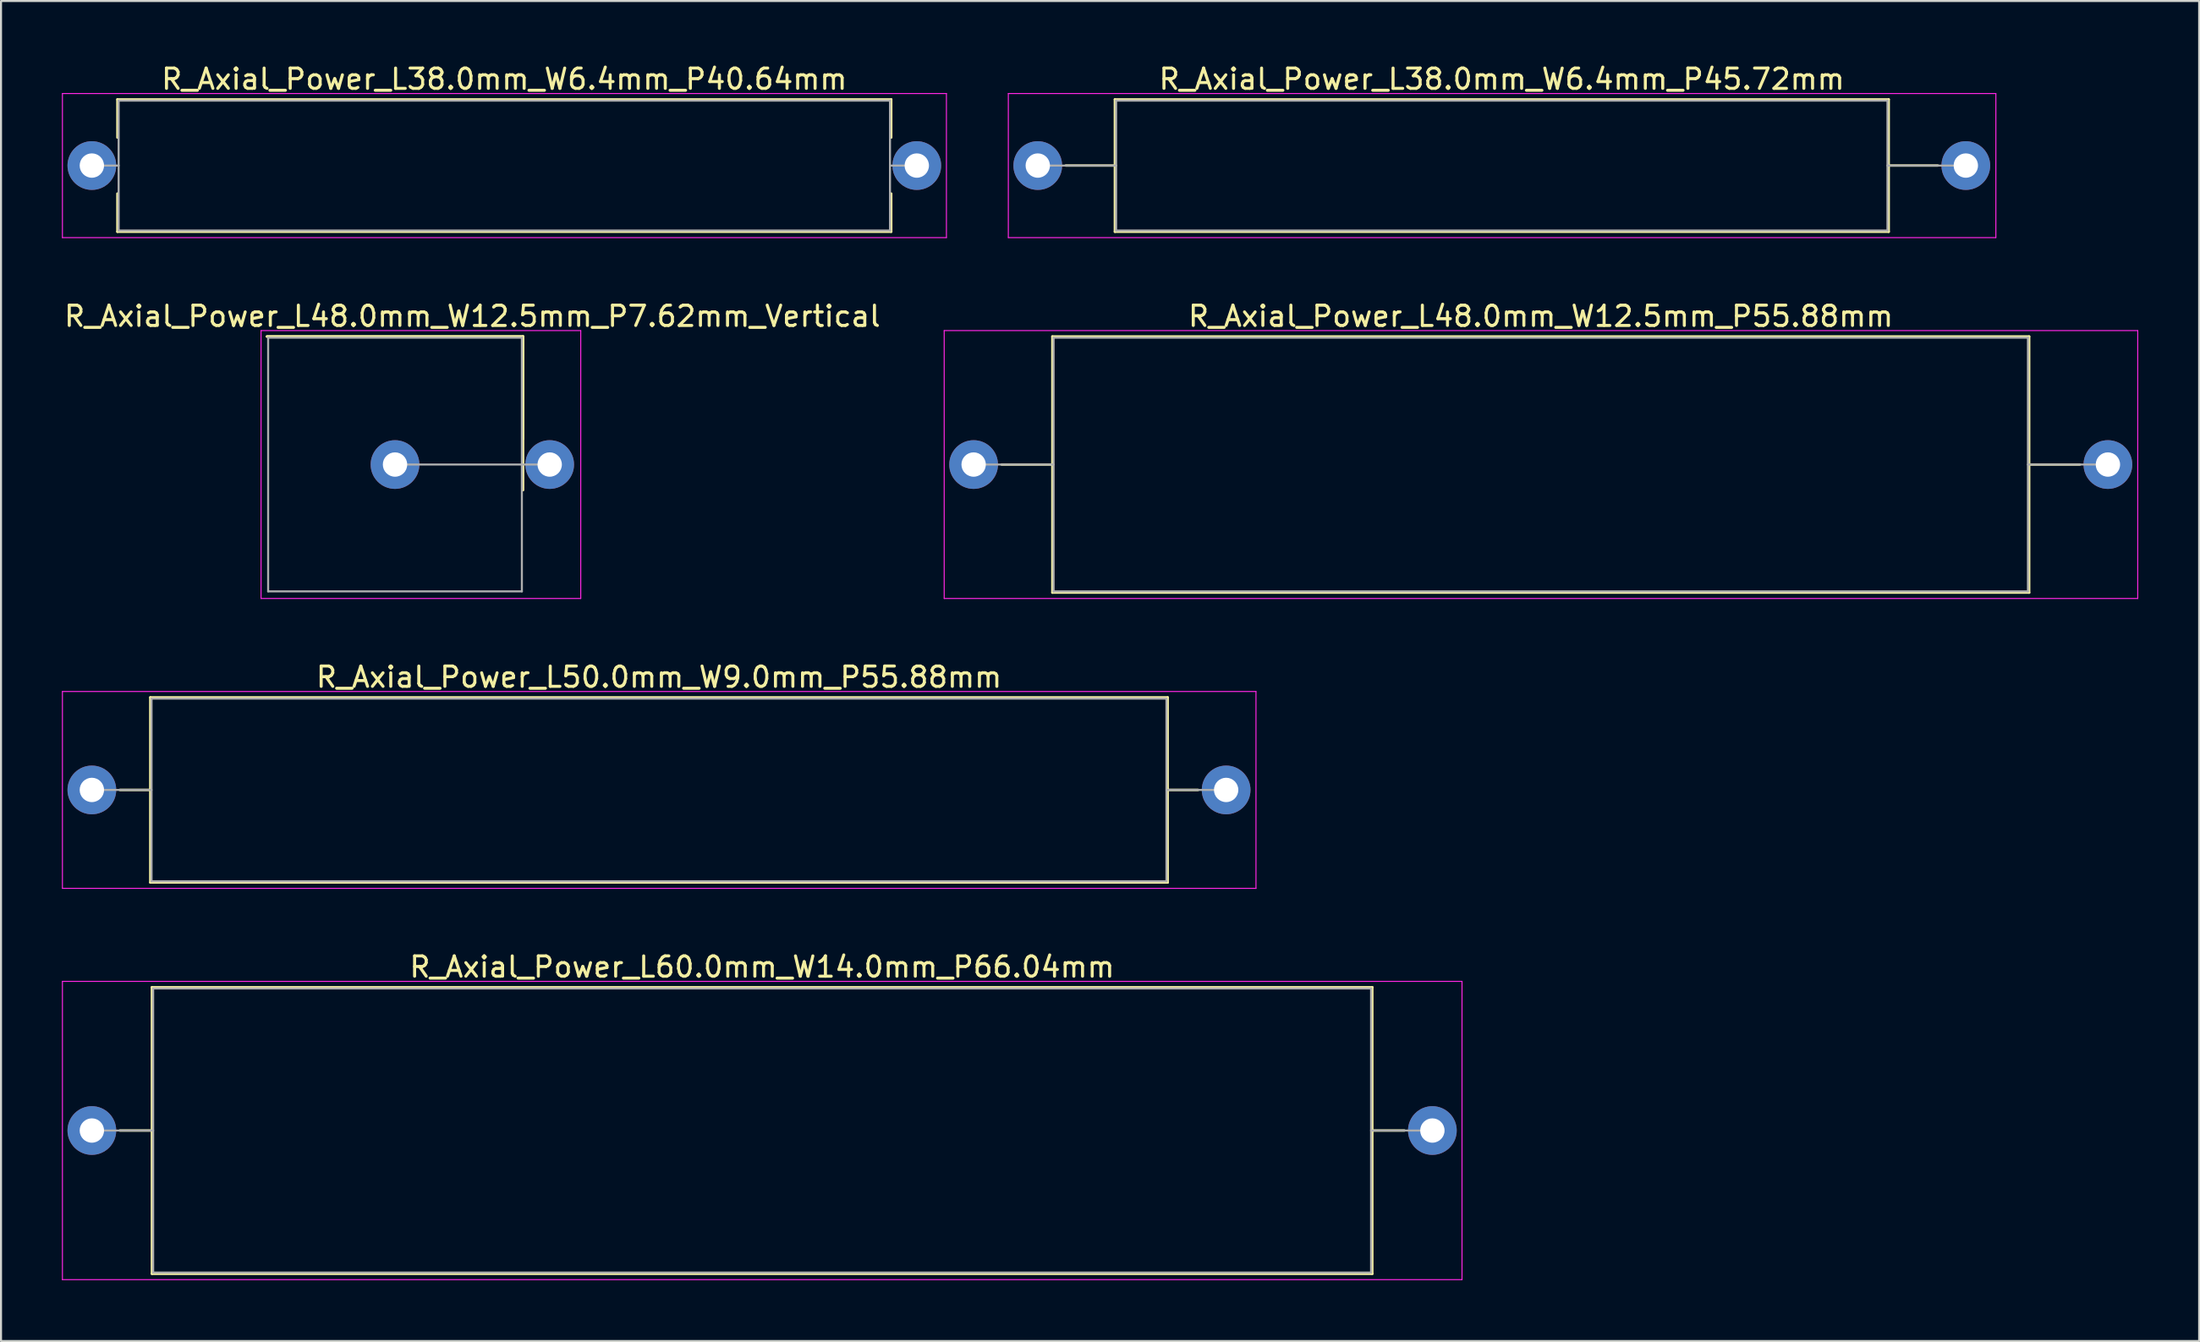
<source format=kicad_pcb>
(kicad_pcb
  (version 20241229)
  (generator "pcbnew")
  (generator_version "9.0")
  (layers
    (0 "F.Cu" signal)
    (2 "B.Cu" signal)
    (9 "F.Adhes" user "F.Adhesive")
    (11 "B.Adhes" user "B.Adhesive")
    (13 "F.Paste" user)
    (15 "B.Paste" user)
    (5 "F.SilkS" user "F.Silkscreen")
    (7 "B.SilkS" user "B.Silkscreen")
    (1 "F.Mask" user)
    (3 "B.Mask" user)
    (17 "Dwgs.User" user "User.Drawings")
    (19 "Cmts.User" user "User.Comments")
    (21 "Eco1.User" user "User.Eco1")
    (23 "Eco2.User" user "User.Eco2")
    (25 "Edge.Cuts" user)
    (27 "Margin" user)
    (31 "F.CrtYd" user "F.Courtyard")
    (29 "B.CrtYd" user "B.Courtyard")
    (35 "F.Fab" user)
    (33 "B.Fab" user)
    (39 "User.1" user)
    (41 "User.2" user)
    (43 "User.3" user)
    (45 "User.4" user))
  (footprint "R_Axial_Power_L48.0mm_W12.5mm_P7.62mm_Vertical"
    (layer "F.Cu")
    (at 16.41 19.841)
    (property "Reference" "R_Axial_Power_L48.0mm_W12.5mm_P7.62mm_Vertical" (at 3.81 -7.31 0) (layer "F.SilkS") (effects (font (size 1 1) (thickness 0.15))))
    (attr through_hole)
    (fp_line (start -6.31 -6.31) (end 6.31 -6.31) (stroke (width 0.12) (type solid)) (layer "F.SilkS"))
    (fp_line (start 6.31 -6.31) (end -6.31 -6.31) (stroke (width 0.12) (type solid)) (layer "F.SilkS"))
    (fp_line (start 6.31 -6.31) (end 6.31 1.26) (stroke (width 0.12) (type solid)) (layer "F.SilkS"))
    (fp_line (start 6.31 -1.26) (end 6.31 -6.31) (stroke (width 0.12) (type solid)) (layer "F.SilkS"))
    (fp_line (start -6.6 -6.6) (end -6.6 6.6) (stroke (width 0.05) (type solid)) (layer "F.CrtYd"))
    (fp_line (start -6.6 6.6) (end 9.15 6.6) (stroke (width 0.05) (type solid)) (layer "F.CrtYd"))
    (fp_line (start 9.15 -6.6) (end -6.6 -6.6) (stroke (width 0.05) (type solid)) (layer "F.CrtYd"))
    (fp_line (start 9.15 6.6) (end 9.15 -6.6) (stroke (width 0.05) (type solid)) (layer "F.CrtYd"))
    (fp_line (start -6.25 -6.25) (end -6.25 6.25) (stroke (width 0.1) (type solid)) (layer "F.Fab"))
    (fp_line (start -6.25 6.25) (end 6.25 6.25) (stroke (width 0.1) (type solid)) (layer "F.Fab"))
    (fp_line (start 0 0) (end 7.62 0) (stroke (width 0.1) (type solid)) (layer "F.Fab"))
    (fp_line (start 6.25 -6.25) (end -6.25 -6.25) (stroke (width 0.1) (type solid)) (layer "F.Fab"))
    (fp_line (start 6.25 6.25) (end 6.25 -6.25) (stroke (width 0.1) (type solid)) (layer "F.Fab"))
    (pad "1" thru_hole circle (at 0 0) (size 2.4 2.4) (drill 1.2) (layers "*.Cu" "*.Mask"))
    (pad "2" thru_hole oval (at 7.62 0) (size 2.4 2.4) (drill 1.2) (layers "*.Cu" "*.Mask")))
  (footprint "R_Axial_Power_L38.0mm_W6.4mm_P45.72mm"
    (layer "F.Cu")
    (at 48.075 5.108)
    (property "Reference" "R_Axial_Power_L38.0mm_W6.4mm_P45.72mm" (at 22.86 -4.26 0) (layer "F.SilkS") (effects (font (size 1 1) (thickness 0.15))))
    (attr through_hole)
    (fp_line (start 1.38 0) (end 3.8 0) (stroke (width 0.12) (type solid)) (layer "F.SilkS"))
    (fp_line (start 3.8 -3.26) (end 3.8 3.26) (stroke (width 0.12) (type solid)) (layer "F.SilkS"))
    (fp_line (start 3.8 3.26) (end 41.92 3.26) (stroke (width 0.12) (type solid)) (layer "F.SilkS"))
    (fp_line (start 41.92 -3.26) (end 3.8 -3.26) (stroke (width 0.12) (type solid)) (layer "F.SilkS"))
    (fp_line (start 41.92 3.26) (end 41.92 -3.26) (stroke (width 0.12) (type solid)) (layer "F.SilkS"))
    (fp_line (start 44.34 0) (end 41.92 0) (stroke (width 0.12) (type solid)) (layer "F.SilkS"))
    (fp_line (start -1.45 -3.55) (end -1.45 3.55) (stroke (width 0.05) (type solid)) (layer "F.CrtYd"))
    (fp_line (start -1.45 3.55) (end 47.2 3.55) (stroke (width 0.05) (type solid)) (layer "F.CrtYd"))
    (fp_line (start 47.2 -3.55) (end -1.45 -3.55) (stroke (width 0.05) (type solid)) (layer "F.CrtYd"))
    (fp_line (start 47.2 3.55) (end 47.2 -3.55) (stroke (width 0.05) (type solid)) (layer "F.CrtYd"))
    (fp_line (start 0 0) (end 3.86 0) (stroke (width 0.1) (type solid)) (layer "F.Fab"))
    (fp_line (start 3.86 -3.2) (end 3.86 3.2) (stroke (width 0.1) (type solid)) (layer "F.Fab"))
    (fp_line (start 3.86 3.2) (end 41.86 3.2) (stroke (width 0.1) (type solid)) (layer "F.Fab"))
    (fp_line (start 41.86 -3.2) (end 3.86 -3.2) (stroke (width 0.1) (type solid)) (layer "F.Fab"))
    (fp_line (start 41.86 3.2) (end 41.86 -3.2) (stroke (width 0.1) (type solid)) (layer "F.Fab"))
    (fp_line (start 45.72 0) (end 41.86 0) (stroke (width 0.1) (type solid)) (layer "F.Fab"))
    (pad "1" thru_hole circle (at 0 0) (size 2.4 2.4) (drill 1.2) (layers "*.Cu" "*.Mask"))
    (pad "2" thru_hole oval (at 45.72 0) (size 2.4 2.4) (drill 1.2) (layers "*.Cu" "*.Mask")))
  (footprint "R_Axial_Power_L60.0mm_W14.0mm_P66.04mm"
    (layer "F.Cu")
    (at 1.475 52.658)
    (property "Reference" "R_Axial_Power_L60.0mm_W14.0mm_P66.04mm" (at 33.02 -8.06 0) (layer "F.SilkS") (effects (font (size 1 1) (thickness 0.15))))
    (attr through_hole)
    (fp_line (start 1.38 0) (end 2.96 0) (stroke (width 0.12) (type solid)) (layer "F.SilkS"))
    (fp_line (start 2.96 -7.06) (end 2.96 7.06) (stroke (width 0.12) (type solid)) (layer "F.SilkS"))
    (fp_line (start 2.96 7.06) (end 63.08 7.06) (stroke (width 0.12) (type solid)) (layer "F.SilkS"))
    (fp_line (start 63.08 -7.06) (end 2.96 -7.06) (stroke (width 0.12) (type solid)) (layer "F.SilkS"))
    (fp_line (start 63.08 7.06) (end 63.08 -7.06) (stroke (width 0.12) (type solid)) (layer "F.SilkS"))
    (fp_line (start 64.66 0) (end 63.08 0) (stroke (width 0.12) (type solid)) (layer "F.SilkS"))
    (fp_line (start -1.45 -7.35) (end -1.45 7.35) (stroke (width 0.05) (type solid)) (layer "F.CrtYd"))
    (fp_line (start -1.45 7.35) (end 67.5 7.35) (stroke (width 0.05) (type solid)) (layer "F.CrtYd"))
    (fp_line (start 67.5 -7.35) (end -1.45 -7.35) (stroke (width 0.05) (type solid)) (layer "F.CrtYd"))
    (fp_line (start 67.5 7.35) (end 67.5 -7.35) (stroke (width 0.05) (type solid)) (layer "F.CrtYd"))
    (fp_line (start 0 0) (end 3.02 0) (stroke (width 0.1) (type solid)) (layer "F.Fab"))
    (fp_line (start 3.02 -7) (end 3.02 7) (stroke (width 0.1) (type solid)) (layer "F.Fab"))
    (fp_line (start 3.02 7) (end 63.02 7) (stroke (width 0.1) (type solid)) (layer "F.Fab"))
    (fp_line (start 63.02 -7) (end 3.02 -7) (stroke (width 0.1) (type solid)) (layer "F.Fab"))
    (fp_line (start 63.02 7) (end 63.02 -7) (stroke (width 0.1) (type solid)) (layer "F.Fab"))
    (fp_line (start 66.04 0) (end 63.02 0) (stroke (width 0.1) (type solid)) (layer "F.Fab"))
    (pad "1" thru_hole circle (at 0 0) (size 2.4 2.4) (drill 1.2) (layers "*.Cu" "*.Mask"))
    (pad "2" thru_hole oval (at 66.04 0) (size 2.4 2.4) (drill 1.2) (layers "*.Cu" "*.Mask")))
  (footprint "R_Axial_Power_L38.0mm_W6.4mm_P40.64mm"
    (layer "F.Cu")
    (at 1.475 5.108)
    (property "Reference" "R_Axial_Power_L38.0mm_W6.4mm_P40.64mm" (at 20.32 -4.26 0) (layer "F.SilkS") (effects (font (size 1 1) (thickness 0.15))))
    (attr through_hole)
    (fp_line (start 1.26 -3.26) (end 39.38 -3.26) (stroke (width 0.12) (type solid)) (layer "F.SilkS"))
    (fp_line (start 1.26 -1.38) (end 1.26 -3.26) (stroke (width 0.12) (type solid)) (layer "F.SilkS"))
    (fp_line (start 1.26 1.38) (end 1.26 3.26) (stroke (width 0.12) (type solid)) (layer "F.SilkS"))
    (fp_line (start 1.26 3.26) (end 39.38 3.26) (stroke (width 0.12) (type solid)) (layer "F.SilkS"))
    (fp_line (start 39.38 -3.26) (end 39.38 -1.38) (stroke (width 0.12) (type solid)) (layer "F.SilkS"))
    (fp_line (start 39.38 3.26) (end 39.38 1.38) (stroke (width 0.12) (type solid)) (layer "F.SilkS"))
    (fp_line (start -1.45 -3.55) (end -1.45 3.55) (stroke (width 0.05) (type solid)) (layer "F.CrtYd"))
    (fp_line (start -1.45 3.55) (end 42.1 3.55) (stroke (width 0.05) (type solid)) (layer "F.CrtYd"))
    (fp_line (start 42.1 -3.55) (end -1.45 -3.55) (stroke (width 0.05) (type solid)) (layer "F.CrtYd"))
    (fp_line (start 42.1 3.55) (end 42.1 -3.55) (stroke (width 0.05) (type solid)) (layer "F.CrtYd"))
    (fp_line (start 0 0) (end 1.32 0) (stroke (width 0.1) (type solid)) (layer "F.Fab"))
    (fp_line (start 1.32 -3.2) (end 1.32 3.2) (stroke (width 0.1) (type solid)) (layer "F.Fab"))
    (fp_line (start 1.32 3.2) (end 39.32 3.2) (stroke (width 0.1) (type solid)) (layer "F.Fab"))
    (fp_line (start 39.32 -3.2) (end 1.32 -3.2) (stroke (width 0.1) (type solid)) (layer "F.Fab"))
    (fp_line (start 39.32 3.2) (end 39.32 -3.2) (stroke (width 0.1) (type solid)) (layer "F.Fab"))
    (fp_line (start 40.64 0) (end 39.32 0) (stroke (width 0.1) (type solid)) (layer "F.Fab"))
    (pad "1" thru_hole circle (at 0 0) (size 2.4 2.4) (drill 1.2) (layers "*.Cu" "*.Mask"))
    (pad "2" thru_hole oval (at 40.64 0) (size 2.4 2.4) (drill 1.2) (layers "*.Cu" "*.Mask")))
  (footprint "R_Axial_Power_L50.0mm_W9.0mm_P55.88mm"
    (layer "F.Cu")
    (at 1.475 35.875)
    (property "Reference" "R_Axial_Power_L50.0mm_W9.0mm_P55.88mm" (at 27.94 -5.56 0) (layer "F.SilkS") (effects (font (size 1 1) (thickness 0.15))))
    (attr through_hole)
    (fp_line (start 1.38 0) (end 2.88 0) (stroke (width 0.12) (type solid)) (layer "F.SilkS"))
    (fp_line (start 2.88 -4.56) (end 2.88 4.56) (stroke (width 0.12) (type solid)) (layer "F.SilkS"))
    (fp_line (start 2.88 4.56) (end 53 4.56) (stroke (width 0.12) (type solid)) (layer "F.SilkS"))
    (fp_line (start 53 -4.56) (end 2.88 -4.56) (stroke (width 0.12) (type solid)) (layer "F.SilkS"))
    (fp_line (start 53 4.56) (end 53 -4.56) (stroke (width 0.12) (type solid)) (layer "F.SilkS"))
    (fp_line (start 54.5 0) (end 53 0) (stroke (width 0.12) (type solid)) (layer "F.SilkS"))
    (fp_line (start -1.45 -4.85) (end -1.45 4.85) (stroke (width 0.05) (type solid)) (layer "F.CrtYd"))
    (fp_line (start -1.45 4.85) (end 57.35 4.85) (stroke (width 0.05) (type solid)) (layer "F.CrtYd"))
    (fp_line (start 57.35 -4.85) (end -1.45 -4.85) (stroke (width 0.05) (type solid)) (layer "F.CrtYd"))
    (fp_line (start 57.35 4.85) (end 57.35 -4.85) (stroke (width 0.05) (type solid)) (layer "F.CrtYd"))
    (fp_line (start 0 0) (end 2.94 0) (stroke (width 0.1) (type solid)) (layer "F.Fab"))
    (fp_line (start 2.94 -4.5) (end 2.94 4.5) (stroke (width 0.1) (type solid)) (layer "F.Fab"))
    (fp_line (start 2.94 4.5) (end 52.94 4.5) (stroke (width 0.1) (type solid)) (layer "F.Fab"))
    (fp_line (start 52.94 -4.5) (end 2.94 -4.5) (stroke (width 0.1) (type solid)) (layer "F.Fab"))
    (fp_line (start 52.94 4.5) (end 52.94 -4.5) (stroke (width 0.1) (type solid)) (layer "F.Fab"))
    (fp_line (start 55.88 0) (end 52.94 0) (stroke (width 0.1) (type solid)) (layer "F.Fab"))
    (pad "1" thru_hole circle (at 0 0) (size 2.4 2.4) (drill 1.2) (layers "*.Cu" "*.Mask"))
    (pad "2" thru_hole oval (at 55.88 0) (size 2.4 2.4) (drill 1.2) (layers "*.Cu" "*.Mask")))
  (footprint "R_Axial_Power_L48.0mm_W12.5mm_P55.88mm"
    (layer "F.Cu")
    (at 44.915 19.841)
    (property "Reference" "R_Axial_Power_L48.0mm_W12.5mm_P55.88mm" (at 27.94 -7.31 0) (layer "F.SilkS") (effects (font (size 1 1) (thickness 0.15))))
    (attr through_hole)
    (fp_line (start 1.38 0) (end 3.88 0) (stroke (width 0.12) (type solid)) (layer "F.SilkS"))
    (fp_line (start 3.88 -6.31) (end 3.88 6.31) (stroke (width 0.12) (type solid)) (layer "F.SilkS"))
    (fp_line (start 3.88 6.31) (end 52 6.31) (stroke (width 0.12) (type solid)) (layer "F.SilkS"))
    (fp_line (start 52 -6.31) (end 3.88 -6.31) (stroke (width 0.12) (type solid)) (layer "F.SilkS"))
    (fp_line (start 52 6.31) (end 52 -6.31) (stroke (width 0.12) (type solid)) (layer "F.SilkS"))
    (fp_line (start 54.5 0) (end 52 0) (stroke (width 0.12) (type solid)) (layer "F.SilkS"))
    (fp_line (start -1.45 -6.6) (end -1.45 6.6) (stroke (width 0.05) (type solid)) (layer "F.CrtYd"))
    (fp_line (start -1.45 6.6) (end 57.35 6.6) (stroke (width 0.05) (type solid)) (layer "F.CrtYd"))
    (fp_line (start 57.35 -6.6) (end -1.45 -6.6) (stroke (width 0.05) (type solid)) (layer "F.CrtYd"))
    (fp_line (start 57.35 6.6) (end 57.35 -6.6) (stroke (width 0.05) (type solid)) (layer "F.CrtYd"))
    (fp_line (start 0 0) (end 3.94 0) (stroke (width 0.1) (type solid)) (layer "F.Fab"))
    (fp_line (start 3.94 -6.25) (end 3.94 6.25) (stroke (width 0.1) (type solid)) (layer "F.Fab"))
    (fp_line (start 3.94 6.25) (end 51.94 6.25) (stroke (width 0.1) (type solid)) (layer "F.Fab"))
    (fp_line (start 51.94 -6.25) (end 3.94 -6.25) (stroke (width 0.1) (type solid)) (layer "F.Fab"))
    (fp_line (start 51.94 6.25) (end 51.94 -6.25) (stroke (width 0.1) (type solid)) (layer "F.Fab"))
    (fp_line (start 55.88 0) (end 51.94 0) (stroke (width 0.1) (type solid)) (layer "F.Fab"))
    (pad "1" thru_hole circle (at 0 0) (size 2.4 2.4) (drill 1.2) (layers "*.Cu" "*.Mask"))
    (pad "2" thru_hole oval (at 55.88 0) (size 2.4 2.4) (drill 1.2) (layers "*.Cu" "*.Mask")))
  (gr_rect
    (start -3 -3)
    (end 105.29 63.033)
    (stroke (width 0.1) (type default))
    (fill no)
    (layer "Edge.Cuts")))
</source>
